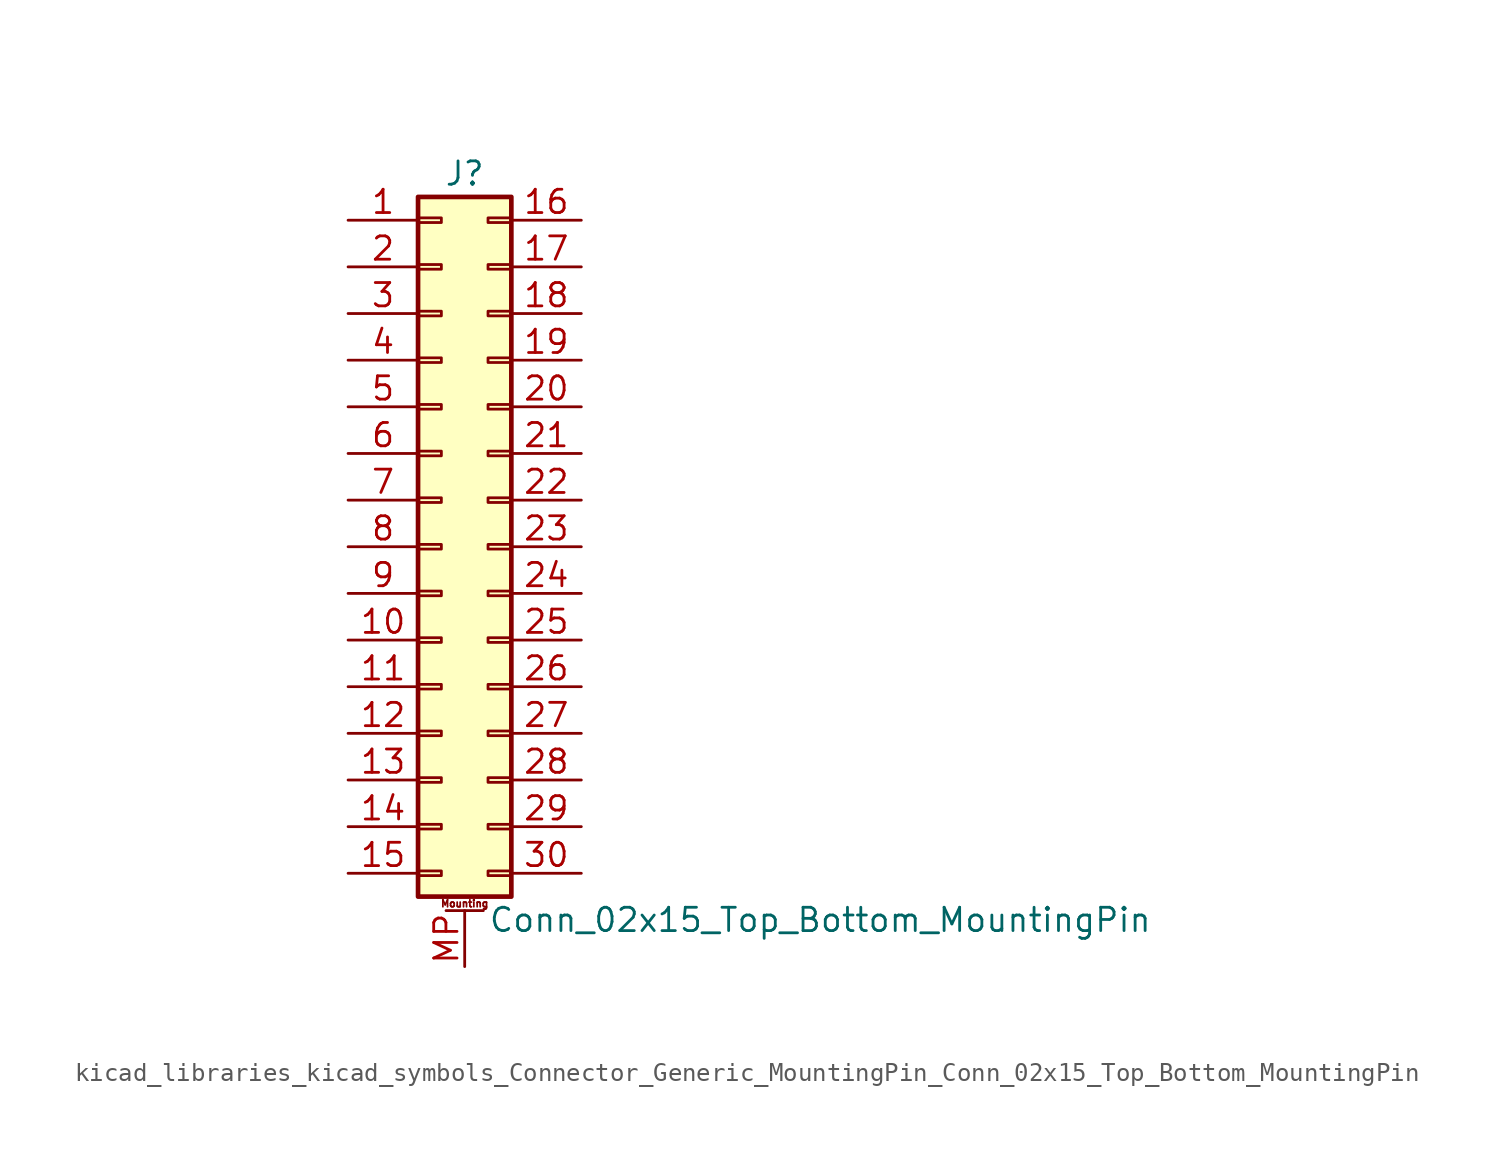
<source format=kicad_sym>
(kicad_symbol_lib
  (version 20220914)
  (generator kicad_symbol_editor)
  (symbol "kicad_libraries_kicad_symbols_Connector_Generic_MountingPin_Conn_02x15_Top_Bottom_MountingPin"
    (pin_names
      (offset 1.016) hide)
    (property "Reference" "J"
      (at 1.27 20.32 0)
      (effects (font (size 1.27 1.27))))
    (property "Value" "Conn_02x15_Top_Bottom_MountingPin"
      (at 2.54 -20.32 0)
      (effects (font (size 1.27 1.27)) (justify left)))
    (symbol "kicad_libraries_kicad_symbols_Connector_Generic_MountingPin_Conn_02x15_Top_Bottom_MountingPin_1_1"
      (rectangle (start -1.27 -17.653) (end 0 -17.907) (stroke (width 0.152) (type default)) (fill (type none)))
      (rectangle (start -1.27 -15.113) (end 0 -15.367) (stroke (width 0.152) (type default)) (fill (type none)))
      (rectangle (start -1.27 -12.573) (end 0 -12.827) (stroke (width 0.152) (type default)) (fill (type none)))
      (rectangle (start -1.27 -10.033) (end 0 -10.287) (stroke (width 0.152) (type default)) (fill (type none)))
      (rectangle (start -1.27 -7.493) (end 0 -7.747) (stroke (width 0.152) (type default)) (fill (type none)))
      (rectangle (start -1.27 -4.953) (end 0 -5.207) (stroke (width 0.152) (type default)) (fill (type none)))
      (rectangle (start -1.27 -2.413) (end 0 -2.667) (stroke (width 0.152) (type default)) (fill (type none)))
      (rectangle (start -1.27 0.127) (end 0 -0.127) (stroke (width 0.152) (type default)) (fill (type none)))
      (rectangle (start -1.27 2.667) (end 0 2.413) (stroke (width 0.152) (type default)) (fill (type none)))
      (rectangle (start -1.27 5.207) (end 0 4.953) (stroke (width 0.152) (type default)) (fill (type none)))
      (rectangle (start -1.27 7.747) (end 0 7.493) (stroke (width 0.152) (type default)) (fill (type none)))
      (rectangle (start -1.27 10.287) (end 0 10.033) (stroke (width 0.152) (type default)) (fill (type none)))
      (rectangle (start -1.27 12.827) (end 0 12.573) (stroke (width 0.152) (type default)) (fill (type none)))
      (rectangle (start -1.27 15.367) (end 0 15.113) (stroke (width 0.152) (type default)) (fill (type none)))
      (rectangle (start -1.27 17.907) (end 0 17.653) (stroke (width 0.152) (type default)) (fill (type none)))
      (rectangle (start -1.27 19.05) (end 3.81 -19.05) (stroke (width 0.254) (type default)) (fill (type background)))
      (polyline (pts (xy 0.254 -19.812) (xy 2.286 -19.812)) (stroke (width 0.152) (type default)) (fill (type none)))
      (rectangle (start 3.81 -17.653) (end 2.54 -17.907) (stroke (width 0.152) (type default)) (fill (type none)))
      (rectangle (start 3.81 -15.113) (end 2.54 -15.367) (stroke (width 0.152) (type default)) (fill (type none)))
      (rectangle (start 3.81 -12.573) (end 2.54 -12.827) (stroke (width 0.152) (type default)) (fill (type none)))
      (rectangle (start 3.81 -10.033) (end 2.54 -10.287) (stroke (width 0.152) (type default)) (fill (type none)))
      (rectangle (start 3.81 -7.493) (end 2.54 -7.747) (stroke (width 0.152) (type default)) (fill (type none)))
      (rectangle (start 3.81 -4.953) (end 2.54 -5.207) (stroke (width 0.152) (type default)) (fill (type none)))
      (rectangle (start 3.81 -2.413) (end 2.54 -2.667) (stroke (width 0.152) (type default)) (fill (type none)))
      (rectangle (start 3.81 0.127) (end 2.54 -0.127) (stroke (width 0.152) (type default)) (fill (type none)))
      (rectangle (start 3.81 2.667) (end 2.54 2.413) (stroke (width 0.152) (type default)) (fill (type none)))
      (rectangle (start 3.81 5.207) (end 2.54 4.953) (stroke (width 0.152) (type default)) (fill (type none)))
      (rectangle (start 3.81 7.747) (end 2.54 7.493) (stroke (width 0.152) (type default)) (fill (type none)))
      (rectangle (start 3.81 10.287) (end 2.54 10.033) (stroke (width 0.152) (type default)) (fill (type none)))
      (rectangle (start 3.81 12.827) (end 2.54 12.573) (stroke (width 0.152) (type default)) (fill (type none)))
      (rectangle (start 3.81 15.367) (end 2.54 15.113) (stroke (width 0.152) (type default)) (fill (type none)))
      (rectangle (start 3.81 17.907) (end 2.54 17.653) (stroke (width 0.152) (type default)) (fill (type none)))
      (text "Mounting" (at 1.27 -19.431 0) (effects (font (size 0.381 0.381))))
      (pin passive line (at -5.08 17.78 0) (length 3.81) (name "Pin_1" (effects (font (size 1.27 1.27)))) (number "1" (effects (font (size 1.27 1.27)))))
      (pin passive line (at -5.08 -5.08 0) (length 3.81) (name "Pin_10" (effects (font (size 1.27 1.27)))) (number "10" (effects (font (size 1.27 1.27)))))
      (pin passive line (at -5.08 -7.62 0) (length 3.81) (name "Pin_11" (effects (font (size 1.27 1.27)))) (number "11" (effects (font (size 1.27 1.27)))))
      (pin passive line (at -5.08 -10.16 0) (length 3.81) (name "Pin_12" (effects (font (size 1.27 1.27)))) (number "12" (effects (font (size 1.27 1.27)))))
      (pin passive line (at -5.08 -12.7 0) (length 3.81) (name "Pin_13" (effects (font (size 1.27 1.27)))) (number "13" (effects (font (size 1.27 1.27)))))
      (pin passive line (at -5.08 -15.24 0) (length 3.81) (name "Pin_14" (effects (font (size 1.27 1.27)))) (number "14" (effects (font (size 1.27 1.27)))))
      (pin passive line (at -5.08 -17.78 0) (length 3.81) (name "Pin_15" (effects (font (size 1.27 1.27)))) (number "15" (effects (font (size 1.27 1.27)))))
      (pin passive line (at 7.62 17.78 180) (length 3.81) (name "Pin_16" (effects (font (size 1.27 1.27)))) (number "16" (effects (font (size 1.27 1.27)))))
      (pin passive line (at 7.62 15.24 180) (length 3.81) (name "Pin_17" (effects (font (size 1.27 1.27)))) (number "17" (effects (font (size 1.27 1.27)))))
      (pin passive line (at 7.62 12.7 180) (length 3.81) (name "Pin_18" (effects (font (size 1.27 1.27)))) (number "18" (effects (font (size 1.27 1.27)))))
      (pin passive line (at 7.62 10.16 180) (length 3.81) (name "Pin_19" (effects (font (size 1.27 1.27)))) (number "19" (effects (font (size 1.27 1.27)))))
      (pin passive line (at -5.08 15.24 0) (length 3.81) (name "Pin_2" (effects (font (size 1.27 1.27)))) (number "2" (effects (font (size 1.27 1.27)))))
      (pin passive line (at 7.62 7.62 180) (length 3.81) (name "Pin_20" (effects (font (size 1.27 1.27)))) (number "20" (effects (font (size 1.27 1.27)))))
      (pin passive line (at 7.62 5.08 180) (length 3.81) (name "Pin_21" (effects (font (size 1.27 1.27)))) (number "21" (effects (font (size 1.27 1.27)))))
      (pin passive line (at 7.62 2.54 180) (length 3.81) (name "Pin_22" (effects (font (size 1.27 1.27)))) (number "22" (effects (font (size 1.27 1.27)))))
      (pin passive line (at 7.62 0 180) (length 3.81) (name "Pin_23" (effects (font (size 1.27 1.27)))) (number "23" (effects (font (size 1.27 1.27)))))
      (pin passive line (at 7.62 -2.54 180) (length 3.81) (name "Pin_24" (effects (font (size 1.27 1.27)))) (number "24" (effects (font (size 1.27 1.27)))))
      (pin passive line (at 7.62 -5.08 180) (length 3.81) (name "Pin_25" (effects (font (size 1.27 1.27)))) (number "25" (effects (font (size 1.27 1.27)))))
      (pin passive line (at 7.62 -7.62 180) (length 3.81) (name "Pin_26" (effects (font (size 1.27 1.27)))) (number "26" (effects (font (size 1.27 1.27)))))
      (pin passive line (at 7.62 -10.16 180) (length 3.81) (name "Pin_27" (effects (font (size 1.27 1.27)))) (number "27" (effects (font (size 1.27 1.27)))))
      (pin passive line (at 7.62 -12.7 180) (length 3.81) (name "Pin_28" (effects (font (size 1.27 1.27)))) (number "28" (effects (font (size 1.27 1.27)))))
      (pin passive line (at 7.62 -15.24 180) (length 3.81) (name "Pin_29" (effects (font (size 1.27 1.27)))) (number "29" (effects (font (size 1.27 1.27)))))
      (pin passive line (at -5.08 12.7 0) (length 3.81) (name "Pin_3" (effects (font (size 1.27 1.27)))) (number "3" (effects (font (size 1.27 1.27)))))
      (pin passive line (at 7.62 -17.78 180) (length 3.81) (name "Pin_30" (effects (font (size 1.27 1.27)))) (number "30" (effects (font (size 1.27 1.27)))))
      (pin passive line (at -5.08 10.16 0) (length 3.81) (name "Pin_4" (effects (font (size 1.27 1.27)))) (number "4" (effects (font (size 1.27 1.27)))))
      (pin passive line (at -5.08 7.62 0) (length 3.81) (name "Pin_5" (effects (font (size 1.27 1.27)))) (number "5" (effects (font (size 1.27 1.27)))))
      (pin passive line (at -5.08 5.08 0) (length 3.81) (name "Pin_6" (effects (font (size 1.27 1.27)))) (number "6" (effects (font (size 1.27 1.27)))))
      (pin passive line (at -5.08 2.54 0) (length 3.81) (name "Pin_7" (effects (font (size 1.27 1.27)))) (number "7" (effects (font (size 1.27 1.27)))))
      (pin passive line (at -5.08 0 0) (length 3.81) (name "Pin_8" (effects (font (size 1.27 1.27)))) (number "8" (effects (font (size 1.27 1.27)))))
      (pin passive line (at -5.08 -2.54 0) (length 3.81) (name "Pin_9" (effects (font (size 1.27 1.27)))) (number "9" (effects (font (size 1.27 1.27)))))
      (pin passive line (at 1.27 -22.86 90) (length 3.048) (name "MountPin" (effects (font (size 1.27 1.27)))) (number "MP" (effects (font (size 1.27 1.27))))))))
</source>
